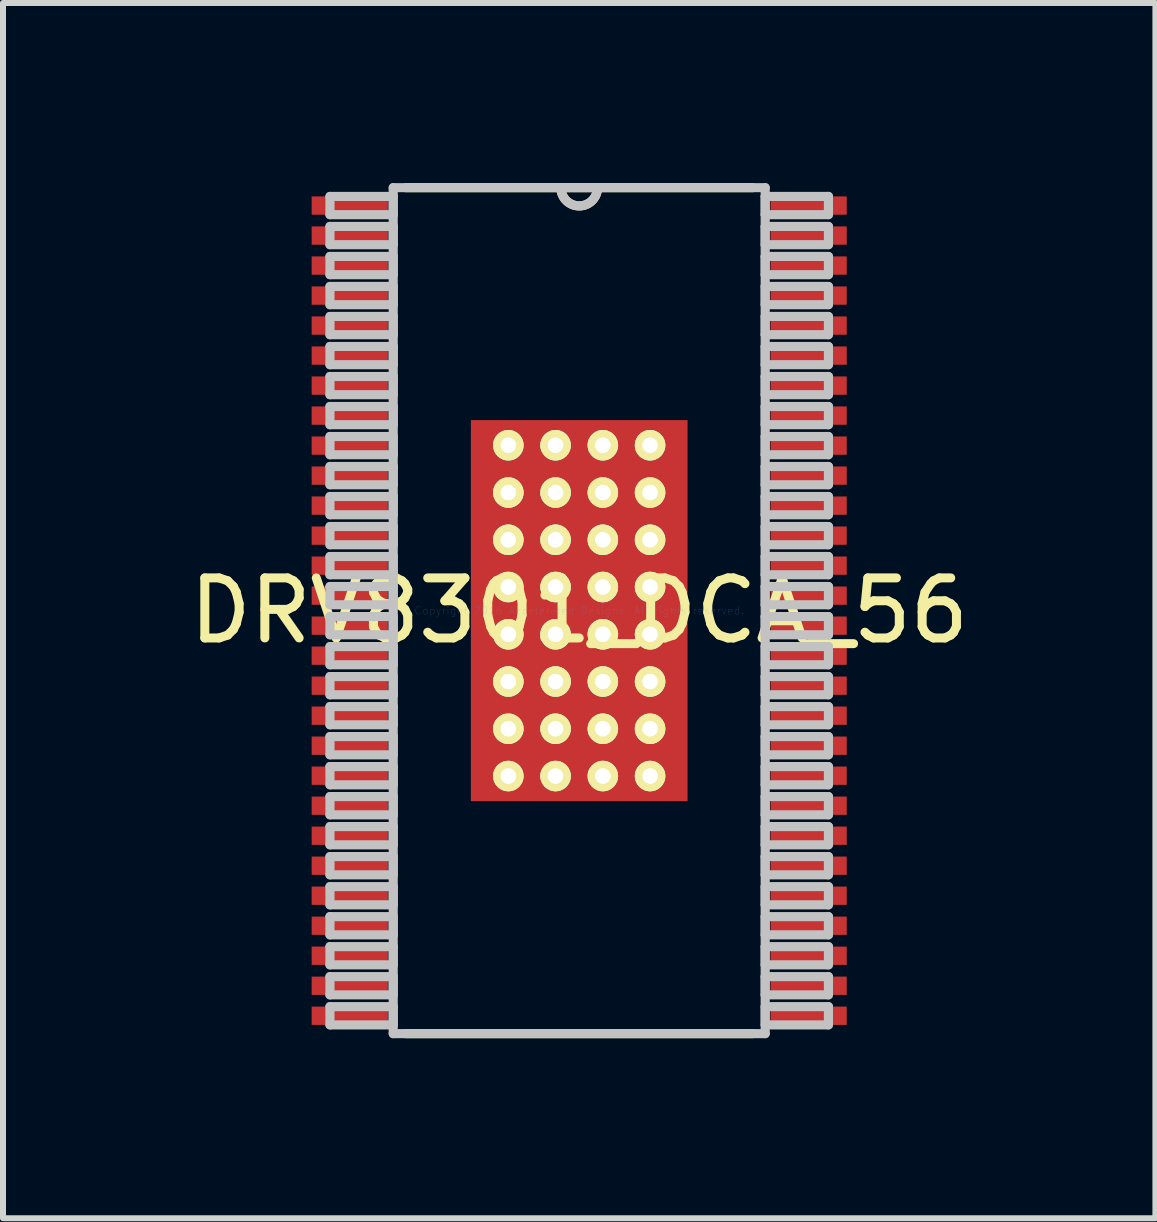
<source format=kicad_pcb>
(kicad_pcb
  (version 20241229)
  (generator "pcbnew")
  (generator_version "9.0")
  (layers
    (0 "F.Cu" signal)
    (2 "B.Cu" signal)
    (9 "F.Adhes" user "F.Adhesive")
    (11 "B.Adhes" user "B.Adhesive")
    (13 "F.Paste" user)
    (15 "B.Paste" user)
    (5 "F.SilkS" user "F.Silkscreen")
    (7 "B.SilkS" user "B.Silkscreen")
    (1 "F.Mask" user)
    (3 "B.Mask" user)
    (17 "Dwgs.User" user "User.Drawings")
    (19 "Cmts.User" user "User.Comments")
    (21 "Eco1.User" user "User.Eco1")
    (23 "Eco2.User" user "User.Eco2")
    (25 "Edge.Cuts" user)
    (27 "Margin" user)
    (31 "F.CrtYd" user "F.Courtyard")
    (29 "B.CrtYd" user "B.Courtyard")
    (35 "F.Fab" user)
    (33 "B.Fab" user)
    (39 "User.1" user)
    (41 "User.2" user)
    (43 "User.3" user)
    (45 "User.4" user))
  (footprint "DRV8301_DCA_56"
    (layer "F.Cu")
    (at 6.601 7.125)
    (property "Reference" "DRV8301_DCA_56" (at 0 0 0) (layer "F.SilkS") (effects (font (size 1 1) (thickness 0.15))))
    (attr through_hole)
    (fp_line (start -2.889 7.048) (end 2.889 7.048) (stroke (width 0.152) (type solid)) (layer "F.SilkS"))
    (fp_line (start 2.889 -7.048) (end -2.889 -7.048) (stroke (width 0.152) (type solid)) (layer "F.SilkS"))
    (fp_arc (start 0.3048 -7.0485) (mid 0 -6.7437) (end -0.3048 -7.0485) (stroke (width 0.1524) (type solid)) (layer "F.SilkS"))
    (fp_line (start -4.153 -6.902) (end -4.153 -6.598) (stroke (width 0.152) (type solid)) (layer "Dwgs.User"))
    (fp_line (start -4.153 -6.598) (end -3.099 -6.598) (stroke (width 0.152) (type solid)) (layer "Dwgs.User"))
    (fp_line (start -4.153 -6.402) (end -4.153 -6.098) (stroke (width 0.152) (type solid)) (layer "Dwgs.User"))
    (fp_line (start -4.153 -6.098) (end -3.099 -6.098) (stroke (width 0.152) (type solid)) (layer "Dwgs.User"))
    (fp_line (start -4.153 -5.902) (end -4.153 -5.598) (stroke (width 0.152) (type solid)) (layer "Dwgs.User"))
    (fp_line (start -4.153 -5.598) (end -3.099 -5.598) (stroke (width 0.152) (type solid)) (layer "Dwgs.User"))
    (fp_line (start -4.153 -5.402) (end -4.153 -5.098) (stroke (width 0.152) (type solid)) (layer "Dwgs.User"))
    (fp_line (start -4.153 -5.098) (end -3.099 -5.098) (stroke (width 0.152) (type solid)) (layer "Dwgs.User"))
    (fp_line (start -4.153 -4.902) (end -4.153 -4.598) (stroke (width 0.152) (type solid)) (layer "Dwgs.User"))
    (fp_line (start -4.153 -4.598) (end -3.099 -4.598) (stroke (width 0.152) (type solid)) (layer "Dwgs.User"))
    (fp_line (start -4.153 -4.402) (end -4.153 -4.098) (stroke (width 0.152) (type solid)) (layer "Dwgs.User"))
    (fp_line (start -4.153 -4.098) (end -3.099 -4.098) (stroke (width 0.152) (type solid)) (layer "Dwgs.User"))
    (fp_line (start -4.153 -3.902) (end -4.153 -3.598) (stroke (width 0.152) (type solid)) (layer "Dwgs.User"))
    (fp_line (start -4.153 -3.598) (end -3.099 -3.598) (stroke (width 0.152) (type solid)) (layer "Dwgs.User"))
    (fp_line (start -4.153 -3.402) (end -4.153 -3.098) (stroke (width 0.152) (type solid)) (layer "Dwgs.User"))
    (fp_line (start -4.153 -3.098) (end -3.099 -3.098) (stroke (width 0.152) (type solid)) (layer "Dwgs.User"))
    (fp_line (start -4.153 -2.902) (end -4.153 -2.598) (stroke (width 0.152) (type solid)) (layer "Dwgs.User"))
    (fp_line (start -4.153 -2.598) (end -3.099 -2.598) (stroke (width 0.152) (type solid)) (layer "Dwgs.User"))
    (fp_line (start -4.153 -2.402) (end -4.153 -2.098) (stroke (width 0.152) (type solid)) (layer "Dwgs.User"))
    (fp_line (start -4.153 -2.098) (end -3.099 -2.098) (stroke (width 0.152) (type solid)) (layer "Dwgs.User"))
    (fp_line (start -4.153 -1.902) (end -4.153 -1.598) (stroke (width 0.152) (type solid)) (layer "Dwgs.User"))
    (fp_line (start -4.153 -1.598) (end -3.099 -1.598) (stroke (width 0.152) (type solid)) (layer "Dwgs.User"))
    (fp_line (start -4.153 -1.402) (end -4.153 -1.098) (stroke (width 0.152) (type solid)) (layer "Dwgs.User"))
    (fp_line (start -4.153 -1.098) (end -3.099 -1.098) (stroke (width 0.152) (type solid)) (layer "Dwgs.User"))
    (fp_line (start -4.153 -0.902) (end -4.153 -0.598) (stroke (width 0.152) (type solid)) (layer "Dwgs.User"))
    (fp_line (start -4.153 -0.598) (end -3.099 -0.598) (stroke (width 0.152) (type solid)) (layer "Dwgs.User"))
    (fp_line (start -4.153 -0.402) (end -4.153 -0.098) (stroke (width 0.152) (type solid)) (layer "Dwgs.User"))
    (fp_line (start -4.153 -0.098) (end -3.099 -0.098) (stroke (width 0.152) (type solid)) (layer "Dwgs.User"))
    (fp_line (start -4.153 0.098) (end -4.153 0.402) (stroke (width 0.152) (type solid)) (layer "Dwgs.User"))
    (fp_line (start -4.153 0.402) (end -3.099 0.402) (stroke (width 0.152) (type solid)) (layer "Dwgs.User"))
    (fp_line (start -4.153 0.598) (end -4.153 0.902) (stroke (width 0.152) (type solid)) (layer "Dwgs.User"))
    (fp_line (start -4.153 0.902) (end -3.099 0.902) (stroke (width 0.152) (type solid)) (layer "Dwgs.User"))
    (fp_line (start -4.153 1.098) (end -4.153 1.402) (stroke (width 0.152) (type solid)) (layer "Dwgs.User"))
    (fp_line (start -4.153 1.402) (end -3.099 1.402) (stroke (width 0.152) (type solid)) (layer "Dwgs.User"))
    (fp_line (start -4.153 1.598) (end -4.153 1.902) (stroke (width 0.152) (type solid)) (layer "Dwgs.User"))
    (fp_line (start -4.153 1.902) (end -3.099 1.902) (stroke (width 0.152) (type solid)) (layer "Dwgs.User"))
    (fp_line (start -4.153 2.098) (end -4.153 2.402) (stroke (width 0.152) (type solid)) (layer "Dwgs.User"))
    (fp_line (start -4.153 2.402) (end -3.099 2.402) (stroke (width 0.152) (type solid)) (layer "Dwgs.User"))
    (fp_line (start -4.153 2.598) (end -4.153 2.902) (stroke (width 0.152) (type solid)) (layer "Dwgs.User"))
    (fp_line (start -4.153 2.902) (end -3.099 2.902) (stroke (width 0.152) (type solid)) (layer "Dwgs.User"))
    (fp_line (start -4.153 3.098) (end -4.153 3.402) (stroke (width 0.152) (type solid)) (layer "Dwgs.User"))
    (fp_line (start -4.153 3.402) (end -3.099 3.402) (stroke (width 0.152) (type solid)) (layer "Dwgs.User"))
    (fp_line (start -4.153 3.598) (end -4.153 3.902) (stroke (width 0.152) (type solid)) (layer "Dwgs.User"))
    (fp_line (start -4.153 3.902) (end -3.099 3.902) (stroke (width 0.152) (type solid)) (layer "Dwgs.User"))
    (fp_line (start -4.153 4.098) (end -4.153 4.402) (stroke (width 0.152) (type solid)) (layer "Dwgs.User"))
    (fp_line (start -4.153 4.402) (end -3.099 4.402) (stroke (width 0.152) (type solid)) (layer "Dwgs.User"))
    (fp_line (start -4.153 4.598) (end -4.153 4.902) (stroke (width 0.152) (type solid)) (layer "Dwgs.User"))
    (fp_line (start -4.153 4.902) (end -3.099 4.902) (stroke (width 0.152) (type solid)) (layer "Dwgs.User"))
    (fp_line (start -4.153 5.098) (end -4.153 5.402) (stroke (width 0.152) (type solid)) (layer "Dwgs.User"))
    (fp_line (start -4.153 5.402) (end -3.099 5.402) (stroke (width 0.152) (type solid)) (layer "Dwgs.User"))
    (fp_line (start -4.153 5.598) (end -4.153 5.902) (stroke (width 0.152) (type solid)) (layer "Dwgs.User"))
    (fp_line (start -4.153 5.902) (end -3.099 5.902) (stroke (width 0.152) (type solid)) (layer "Dwgs.User"))
    (fp_line (start -4.153 6.098) (end -4.153 6.402) (stroke (width 0.152) (type solid)) (layer "Dwgs.User"))
    (fp_line (start -4.153 6.402) (end -3.099 6.402) (stroke (width 0.152) (type solid)) (layer "Dwgs.User"))
    (fp_line (start -4.153 6.598) (end -4.153 6.902) (stroke (width 0.152) (type solid)) (layer "Dwgs.User"))
    (fp_line (start -4.153 6.902) (end -3.099 6.902) (stroke (width 0.152) (type solid)) (layer "Dwgs.User"))
    (fp_line (start -3.099 -7.048) (end -3.099 7.048) (stroke (width 0.152) (type solid)) (layer "Dwgs.User"))
    (fp_line (start -3.099 -6.902) (end -4.153 -6.902) (stroke (width 0.152) (type solid)) (layer "Dwgs.User"))
    (fp_line (start -3.099 -6.598) (end -3.099 -6.902) (stroke (width 0.152) (type solid)) (layer "Dwgs.User"))
    (fp_line (start -3.099 -6.402) (end -4.153 -6.402) (stroke (width 0.152) (type solid)) (layer "Dwgs.User"))
    (fp_line (start -3.099 -6.098) (end -3.099 -6.402) (stroke (width 0.152) (type solid)) (layer "Dwgs.User"))
    (fp_line (start -3.099 -5.902) (end -4.153 -5.902) (stroke (width 0.152) (type solid)) (layer "Dwgs.User"))
    (fp_line (start -3.099 -5.598) (end -3.099 -5.902) (stroke (width 0.152) (type solid)) (layer "Dwgs.User"))
    (fp_line (start -3.099 -5.402) (end -4.153 -5.402) (stroke (width 0.152) (type solid)) (layer "Dwgs.User"))
    (fp_line (start -3.099 -5.098) (end -3.099 -5.402) (stroke (width 0.152) (type solid)) (layer "Dwgs.User"))
    (fp_line (start -3.099 -4.902) (end -4.153 -4.902) (stroke (width 0.152) (type solid)) (layer "Dwgs.User"))
    (fp_line (start -3.099 -4.598) (end -3.099 -4.902) (stroke (width 0.152) (type solid)) (layer "Dwgs.User"))
    (fp_line (start -3.099 -4.402) (end -4.153 -4.402) (stroke (width 0.152) (type solid)) (layer "Dwgs.User"))
    (fp_line (start -3.099 -4.098) (end -3.099 -4.402) (stroke (width 0.152) (type solid)) (layer "Dwgs.User"))
    (fp_line (start -3.099 -3.902) (end -4.153 -3.902) (stroke (width 0.152) (type solid)) (layer "Dwgs.User"))
    (fp_line (start -3.099 -3.598) (end -3.099 -3.902) (stroke (width 0.152) (type solid)) (layer "Dwgs.User"))
    (fp_line (start -3.099 -3.402) (end -4.153 -3.402) (stroke (width 0.152) (type solid)) (layer "Dwgs.User"))
    (fp_line (start -3.099 -3.098) (end -3.099 -3.402) (stroke (width 0.152) (type solid)) (layer "Dwgs.User"))
    (fp_line (start -3.099 -2.902) (end -4.153 -2.902) (stroke (width 0.152) (type solid)) (layer "Dwgs.User"))
    (fp_line (start -3.099 -2.598) (end -3.099 -2.902) (stroke (width 0.152) (type solid)) (layer "Dwgs.User"))
    (fp_line (start -3.099 -2.402) (end -4.153 -2.402) (stroke (width 0.152) (type solid)) (layer "Dwgs.User"))
    (fp_line (start -3.099 -2.098) (end -3.099 -2.402) (stroke (width 0.152) (type solid)) (layer "Dwgs.User"))
    (fp_line (start -3.099 -1.902) (end -4.153 -1.902) (stroke (width 0.152) (type solid)) (layer "Dwgs.User"))
    (fp_line (start -3.099 -1.598) (end -3.099 -1.902) (stroke (width 0.152) (type solid)) (layer "Dwgs.User"))
    (fp_line (start -3.099 -1.402) (end -4.153 -1.402) (stroke (width 0.152) (type solid)) (layer "Dwgs.User"))
    (fp_line (start -3.099 -1.098) (end -3.099 -1.402) (stroke (width 0.152) (type solid)) (layer "Dwgs.User"))
    (fp_line (start -3.099 -0.902) (end -4.153 -0.902) (stroke (width 0.152) (type solid)) (layer "Dwgs.User"))
    (fp_line (start -3.099 -0.598) (end -3.099 -0.902) (stroke (width 0.152) (type solid)) (layer "Dwgs.User"))
    (fp_line (start -3.099 -0.402) (end -4.153 -0.402) (stroke (width 0.152) (type solid)) (layer "Dwgs.User"))
    (fp_line (start -3.099 -0.098) (end -3.099 -0.402) (stroke (width 0.152) (type solid)) (layer "Dwgs.User"))
    (fp_line (start -3.099 0.098) (end -4.153 0.098) (stroke (width 0.152) (type solid)) (layer "Dwgs.User"))
    (fp_line (start -3.099 0.402) (end -3.099 0.098) (stroke (width 0.152) (type solid)) (layer "Dwgs.User"))
    (fp_line (start -3.099 0.598) (end -4.153 0.598) (stroke (width 0.152) (type solid)) (layer "Dwgs.User"))
    (fp_line (start -3.099 0.902) (end -3.099 0.598) (stroke (width 0.152) (type solid)) (layer "Dwgs.User"))
    (fp_line (start -3.099 1.098) (end -4.153 1.098) (stroke (width 0.152) (type solid)) (layer "Dwgs.User"))
    (fp_line (start -3.099 1.402) (end -3.099 1.098) (stroke (width 0.152) (type solid)) (layer "Dwgs.User"))
    (fp_line (start -3.099 1.598) (end -4.153 1.598) (stroke (width 0.152) (type solid)) (layer "Dwgs.User"))
    (fp_line (start -3.099 1.902) (end -3.099 1.598) (stroke (width 0.152) (type solid)) (layer "Dwgs.User"))
    (fp_line (start -3.099 2.098) (end -4.153 2.098) (stroke (width 0.152) (type solid)) (layer "Dwgs.User"))
    (fp_line (start -3.099 2.402) (end -3.099 2.098) (stroke (width 0.152) (type solid)) (layer "Dwgs.User"))
    (fp_line (start -3.099 2.598) (end -4.153 2.598) (stroke (width 0.152) (type solid)) (layer "Dwgs.User"))
    (fp_line (start -3.099 2.902) (end -3.099 2.598) (stroke (width 0.152) (type solid)) (layer "Dwgs.User"))
    (fp_line (start -3.099 3.098) (end -4.153 3.098) (stroke (width 0.152) (type solid)) (layer "Dwgs.User"))
    (fp_line (start -3.099 3.402) (end -3.099 3.098) (stroke (width 0.152) (type solid)) (layer "Dwgs.User"))
    (fp_line (start -3.099 3.598) (end -4.153 3.598) (stroke (width 0.152) (type solid)) (layer "Dwgs.User"))
    (fp_line (start -3.099 3.902) (end -3.099 3.598) (stroke (width 0.152) (type solid)) (layer "Dwgs.User"))
    (fp_line (start -3.099 4.098) (end -4.153 4.098) (stroke (width 0.152) (type solid)) (layer "Dwgs.User"))
    (fp_line (start -3.099 4.402) (end -3.099 4.098) (stroke (width 0.152) (type solid)) (layer "Dwgs.User"))
    (fp_line (start -3.099 4.598) (end -4.153 4.598) (stroke (width 0.152) (type solid)) (layer "Dwgs.User"))
    (fp_line (start -3.099 4.902) (end -3.099 4.598) (stroke (width 0.152) (type solid)) (layer "Dwgs.User"))
    (fp_line (start -3.099 5.098) (end -4.153 5.098) (stroke (width 0.152) (type solid)) (layer "Dwgs.User"))
    (fp_line (start -3.099 5.402) (end -3.099 5.098) (stroke (width 0.152) (type solid)) (layer "Dwgs.User"))
    (fp_line (start -3.099 5.598) (end -4.153 5.598) (stroke (width 0.152) (type solid)) (layer "Dwgs.User"))
    (fp_line (start -3.099 5.902) (end -3.099 5.598) (stroke (width 0.152) (type solid)) (layer "Dwgs.User"))
    (fp_line (start -3.099 6.098) (end -4.153 6.098) (stroke (width 0.152) (type solid)) (layer "Dwgs.User"))
    (fp_line (start -3.099 6.402) (end -3.099 6.098) (stroke (width 0.152) (type solid)) (layer "Dwgs.User"))
    (fp_line (start -3.099 6.598) (end -4.153 6.598) (stroke (width 0.152) (type solid)) (layer "Dwgs.User"))
    (fp_line (start -3.099 6.902) (end -3.099 6.598) (stroke (width 0.152) (type solid)) (layer "Dwgs.User"))
    (fp_line (start -3.099 7.048) (end 3.099 7.048) (stroke (width 0.152) (type solid)) (layer "Dwgs.User"))
    (fp_line (start 3.099 -7.048) (end -3.099 -7.048) (stroke (width 0.152) (type solid)) (layer "Dwgs.User"))
    (fp_line (start 3.099 -6.902) (end 3.099 -6.598) (stroke (width 0.152) (type solid)) (layer "Dwgs.User"))
    (fp_line (start 3.099 -6.598) (end 4.153 -6.598) (stroke (width 0.152) (type solid)) (layer "Dwgs.User"))
    (fp_line (start 3.099 -6.402) (end 3.099 -6.098) (stroke (width 0.152) (type solid)) (layer "Dwgs.User"))
    (fp_line (start 3.099 -6.098) (end 4.153 -6.098) (stroke (width 0.152) (type solid)) (layer "Dwgs.User"))
    (fp_line (start 3.099 -5.902) (end 3.099 -5.598) (stroke (width 0.152) (type solid)) (layer "Dwgs.User"))
    (fp_line (start 3.099 -5.598) (end 4.153 -5.598) (stroke (width 0.152) (type solid)) (layer "Dwgs.User"))
    (fp_line (start 3.099 -5.402) (end 3.099 -5.098) (stroke (width 0.152) (type solid)) (layer "Dwgs.User"))
    (fp_line (start 3.099 -5.098) (end 4.153 -5.098) (stroke (width 0.152) (type solid)) (layer "Dwgs.User"))
    (fp_line (start 3.099 -4.902) (end 3.099 -4.598) (stroke (width 0.152) (type solid)) (layer "Dwgs.User"))
    (fp_line (start 3.099 -4.598) (end 4.153 -4.598) (stroke (width 0.152) (type solid)) (layer "Dwgs.User"))
    (fp_line (start 3.099 -4.402) (end 3.099 -4.098) (stroke (width 0.152) (type solid)) (layer "Dwgs.User"))
    (fp_line (start 3.099 -4.098) (end 4.153 -4.098) (stroke (width 0.152) (type solid)) (layer "Dwgs.User"))
    (fp_line (start 3.099 -3.902) (end 3.099 -3.598) (stroke (width 0.152) (type solid)) (layer "Dwgs.User"))
    (fp_line (start 3.099 -3.598) (end 4.153 -3.598) (stroke (width 0.152) (type solid)) (layer "Dwgs.User"))
    (fp_line (start 3.099 -3.402) (end 3.099 -3.098) (stroke (width 0.152) (type solid)) (layer "Dwgs.User"))
    (fp_line (start 3.099 -3.098) (end 4.153 -3.098) (stroke (width 0.152) (type solid)) (layer "Dwgs.User"))
    (fp_line (start 3.099 -2.902) (end 3.099 -2.598) (stroke (width 0.152) (type solid)) (layer "Dwgs.User"))
    (fp_line (start 3.099 -2.598) (end 4.153 -2.598) (stroke (width 0.152) (type solid)) (layer "Dwgs.User"))
    (fp_line (start 3.099 -2.402) (end 3.099 -2.098) (stroke (width 0.152) (type solid)) (layer "Dwgs.User"))
    (fp_line (start 3.099 -2.098) (end 4.153 -2.098) (stroke (width 0.152) (type solid)) (layer "Dwgs.User"))
    (fp_line (start 3.099 -1.902) (end 3.099 -1.598) (stroke (width 0.152) (type solid)) (layer "Dwgs.User"))
    (fp_line (start 3.099 -1.598) (end 4.153 -1.598) (stroke (width 0.152) (type solid)) (layer "Dwgs.User"))
    (fp_line (start 3.099 -1.402) (end 3.099 -1.098) (stroke (width 0.152) (type solid)) (layer "Dwgs.User"))
    (fp_line (start 3.099 -1.098) (end 4.153 -1.098) (stroke (width 0.152) (type solid)) (layer "Dwgs.User"))
    (fp_line (start 3.099 -0.902) (end 3.099 -0.598) (stroke (width 0.152) (type solid)) (layer "Dwgs.User"))
    (fp_line (start 3.099 -0.598) (end 4.153 -0.598) (stroke (width 0.152) (type solid)) (layer "Dwgs.User"))
    (fp_line (start 3.099 -0.402) (end 3.099 -0.098) (stroke (width 0.152) (type solid)) (layer "Dwgs.User"))
    (fp_line (start 3.099 -0.098) (end 4.153 -0.098) (stroke (width 0.152) (type solid)) (layer "Dwgs.User"))
    (fp_line (start 3.099 0.098) (end 3.099 0.402) (stroke (width 0.152) (type solid)) (layer "Dwgs.User"))
    (fp_line (start 3.099 0.402) (end 4.153 0.402) (stroke (width 0.152) (type solid)) (layer "Dwgs.User"))
    (fp_line (start 3.099 0.598) (end 3.099 0.902) (stroke (width 0.152) (type solid)) (layer "Dwgs.User"))
    (fp_line (start 3.099 0.902) (end 4.153 0.902) (stroke (width 0.152) (type solid)) (layer "Dwgs.User"))
    (fp_line (start 3.099 1.098) (end 3.099 1.402) (stroke (width 0.152) (type solid)) (layer "Dwgs.User"))
    (fp_line (start 3.099 1.402) (end 4.153 1.402) (stroke (width 0.152) (type solid)) (layer "Dwgs.User"))
    (fp_line (start 3.099 1.598) (end 3.099 1.902) (stroke (width 0.152) (type solid)) (layer "Dwgs.User"))
    (fp_line (start 3.099 1.902) (end 4.153 1.902) (stroke (width 0.152) (type solid)) (layer "Dwgs.User"))
    (fp_line (start 3.099 2.098) (end 3.099 2.402) (stroke (width 0.152) (type solid)) (layer "Dwgs.User"))
    (fp_line (start 3.099 2.402) (end 4.153 2.402) (stroke (width 0.152) (type solid)) (layer "Dwgs.User"))
    (fp_line (start 3.099 2.598) (end 3.099 2.902) (stroke (width 0.152) (type solid)) (layer "Dwgs.User"))
    (fp_line (start 3.099 2.902) (end 4.153 2.902) (stroke (width 0.152) (type solid)) (layer "Dwgs.User"))
    (fp_line (start 3.099 3.098) (end 3.099 3.402) (stroke (width 0.152) (type solid)) (layer "Dwgs.User"))
    (fp_line (start 3.099 3.402) (end 4.153 3.402) (stroke (width 0.152) (type solid)) (layer "Dwgs.User"))
    (fp_line (start 3.099 3.598) (end 3.099 3.902) (stroke (width 0.152) (type solid)) (layer "Dwgs.User"))
    (fp_line (start 3.099 3.902) (end 4.153 3.902) (stroke (width 0.152) (type solid)) (layer "Dwgs.User"))
    (fp_line (start 3.099 4.098) (end 3.099 4.402) (stroke (width 0.152) (type solid)) (layer "Dwgs.User"))
    (fp_line (start 3.099 4.402) (end 4.153 4.402) (stroke (width 0.152) (type solid)) (layer "Dwgs.User"))
    (fp_line (start 3.099 4.598) (end 3.099 4.902) (stroke (width 0.152) (type solid)) (layer "Dwgs.User"))
    (fp_line (start 3.099 4.902) (end 4.153 4.902) (stroke (width 0.152) (type solid)) (layer "Dwgs.User"))
    (fp_line (start 3.099 5.098) (end 3.099 5.402) (stroke (width 0.152) (type solid)) (layer "Dwgs.User"))
    (fp_line (start 3.099 5.402) (end 4.153 5.402) (stroke (width 0.152) (type solid)) (layer "Dwgs.User"))
    (fp_line (start 3.099 5.598) (end 3.099 5.902) (stroke (width 0.152) (type solid)) (layer "Dwgs.User"))
    (fp_line (start 3.099 5.902) (end 4.153 5.902) (stroke (width 0.152) (type solid)) (layer "Dwgs.User"))
    (fp_line (start 3.099 6.098) (end 3.099 6.402) (stroke (width 0.152) (type solid)) (layer "Dwgs.User"))
    (fp_line (start 3.099 6.402) (end 4.153 6.402) (stroke (width 0.152) (type solid)) (layer "Dwgs.User"))
    (fp_line (start 3.099 6.598) (end 3.099 6.902) (stroke (width 0.152) (type solid)) (layer "Dwgs.User"))
    (fp_line (start 3.099 6.902) (end 4.153 6.902) (stroke (width 0.152) (type solid)) (layer "Dwgs.User"))
    (fp_line (start 3.099 7.048) (end 3.099 -7.048) (stroke (width 0.152) (type solid)) (layer "Dwgs.User"))
    (fp_line (start 4.153 -6.902) (end 3.099 -6.902) (stroke (width 0.152) (type solid)) (layer "Dwgs.User"))
    (fp_line (start 4.153 -6.598) (end 4.153 -6.902) (stroke (width 0.152) (type solid)) (layer "Dwgs.User"))
    (fp_line (start 4.153 -6.402) (end 3.099 -6.402) (stroke (width 0.152) (type solid)) (layer "Dwgs.User"))
    (fp_line (start 4.153 -6.098) (end 4.153 -6.402) (stroke (width 0.152) (type solid)) (layer "Dwgs.User"))
    (fp_line (start 4.153 -5.902) (end 3.099 -5.902) (stroke (width 0.152) (type solid)) (layer "Dwgs.User"))
    (fp_line (start 4.153 -5.598) (end 4.153 -5.902) (stroke (width 0.152) (type solid)) (layer "Dwgs.User"))
    (fp_line (start 4.153 -5.402) (end 3.099 -5.402) (stroke (width 0.152) (type solid)) (layer "Dwgs.User"))
    (fp_line (start 4.153 -5.098) (end 4.153 -5.402) (stroke (width 0.152) (type solid)) (layer "Dwgs.User"))
    (fp_line (start 4.153 -4.902) (end 3.099 -4.902) (stroke (width 0.152) (type solid)) (layer "Dwgs.User"))
    (fp_line (start 4.153 -4.598) (end 4.153 -4.902) (stroke (width 0.152) (type solid)) (layer "Dwgs.User"))
    (fp_line (start 4.153 -4.402) (end 3.099 -4.402) (stroke (width 0.152) (type solid)) (layer "Dwgs.User"))
    (fp_line (start 4.153 -4.098) (end 4.153 -4.402) (stroke (width 0.152) (type solid)) (layer "Dwgs.User"))
    (fp_line (start 4.153 -3.902) (end 3.099 -3.902) (stroke (width 0.152) (type solid)) (layer "Dwgs.User"))
    (fp_line (start 4.153 -3.598) (end 4.153 -3.902) (stroke (width 0.152) (type solid)) (layer "Dwgs.User"))
    (fp_line (start 4.153 -3.402) (end 3.099 -3.402) (stroke (width 0.152) (type solid)) (layer "Dwgs.User"))
    (fp_line (start 4.153 -3.098) (end 4.153 -3.402) (stroke (width 0.152) (type solid)) (layer "Dwgs.User"))
    (fp_line (start 4.153 -2.902) (end 3.099 -2.902) (stroke (width 0.152) (type solid)) (layer "Dwgs.User"))
    (fp_line (start 4.153 -2.598) (end 4.153 -2.902) (stroke (width 0.152) (type solid)) (layer "Dwgs.User"))
    (fp_line (start 4.153 -2.402) (end 3.099 -2.402) (stroke (width 0.152) (type solid)) (layer "Dwgs.User"))
    (fp_line (start 4.153 -2.098) (end 4.153 -2.402) (stroke (width 0.152) (type solid)) (layer "Dwgs.User"))
    (fp_line (start 4.153 -1.902) (end 3.099 -1.902) (stroke (width 0.152) (type solid)) (layer "Dwgs.User"))
    (fp_line (start 4.153 -1.598) (end 4.153 -1.902) (stroke (width 0.152) (type solid)) (layer "Dwgs.User"))
    (fp_line (start 4.153 -1.402) (end 3.099 -1.402) (stroke (width 0.152) (type solid)) (layer "Dwgs.User"))
    (fp_line (start 4.153 -1.098) (end 4.153 -1.402) (stroke (width 0.152) (type solid)) (layer "Dwgs.User"))
    (fp_line (start 4.153 -0.902) (end 3.099 -0.902) (stroke (width 0.152) (type solid)) (layer "Dwgs.User"))
    (fp_line (start 4.153 -0.598) (end 4.153 -0.902) (stroke (width 0.152) (type solid)) (layer "Dwgs.User"))
    (fp_line (start 4.153 -0.402) (end 3.099 -0.402) (stroke (width 0.152) (type solid)) (layer "Dwgs.User"))
    (fp_line (start 4.153 -0.098) (end 4.153 -0.402) (stroke (width 0.152) (type solid)) (layer "Dwgs.User"))
    (fp_line (start 4.153 0.098) (end 3.099 0.098) (stroke (width 0.152) (type solid)) (layer "Dwgs.User"))
    (fp_line (start 4.153 0.402) (end 4.153 0.098) (stroke (width 0.152) (type solid)) (layer "Dwgs.User"))
    (fp_line (start 4.153 0.598) (end 3.099 0.598) (stroke (width 0.152) (type solid)) (layer "Dwgs.User"))
    (fp_line (start 4.153 0.902) (end 4.153 0.598) (stroke (width 0.152) (type solid)) (layer "Dwgs.User"))
    (fp_line (start 4.153 1.098) (end 3.099 1.098) (stroke (width 0.152) (type solid)) (layer "Dwgs.User"))
    (fp_line (start 4.153 1.402) (end 4.153 1.098) (stroke (width 0.152) (type solid)) (layer "Dwgs.User"))
    (fp_line (start 4.153 1.598) (end 3.099 1.598) (stroke (width 0.152) (type solid)) (layer "Dwgs.User"))
    (fp_line (start 4.153 1.902) (end 4.153 1.598) (stroke (width 0.152) (type solid)) (layer "Dwgs.User"))
    (fp_line (start 4.153 2.098) (end 3.099 2.098) (stroke (width 0.152) (type solid)) (layer "Dwgs.User"))
    (fp_line (start 4.153 2.402) (end 4.153 2.098) (stroke (width 0.152) (type solid)) (layer "Dwgs.User"))
    (fp_line (start 4.153 2.598) (end 3.099 2.598) (stroke (width 0.152) (type solid)) (layer "Dwgs.User"))
    (fp_line (start 4.153 2.902) (end 4.153 2.598) (stroke (width 0.152) (type solid)) (layer "Dwgs.User"))
    (fp_line (start 4.153 3.098) (end 3.099 3.098) (stroke (width 0.152) (type solid)) (layer "Dwgs.User"))
    (fp_line (start 4.153 3.402) (end 4.153 3.098) (stroke (width 0.152) (type solid)) (layer "Dwgs.User"))
    (fp_line (start 4.153 3.598) (end 3.099 3.598) (stroke (width 0.152) (type solid)) (layer "Dwgs.User"))
    (fp_line (start 4.153 3.902) (end 4.153 3.598) (stroke (width 0.152) (type solid)) (layer "Dwgs.User"))
    (fp_line (start 4.153 4.098) (end 3.099 4.098) (stroke (width 0.152) (type solid)) (layer "Dwgs.User"))
    (fp_line (start 4.153 4.402) (end 4.153 4.098) (stroke (width 0.152) (type solid)) (layer "Dwgs.User"))
    (fp_line (start 4.153 4.598) (end 3.099 4.598) (stroke (width 0.152) (type solid)) (layer "Dwgs.User"))
    (fp_line (start 4.153 4.902) (end 4.153 4.598) (stroke (width 0.152) (type solid)) (layer "Dwgs.User"))
    (fp_line (start 4.153 5.098) (end 3.099 5.098) (stroke (width 0.152) (type solid)) (layer "Dwgs.User"))
    (fp_line (start 4.153 5.402) (end 4.153 5.098) (stroke (width 0.152) (type solid)) (layer "Dwgs.User"))
    (fp_line (start 4.153 5.598) (end 3.099 5.598) (stroke (width 0.152) (type solid)) (layer "Dwgs.User"))
    (fp_line (start 4.153 5.902) (end 4.153 5.598) (stroke (width 0.152) (type solid)) (layer "Dwgs.User"))
    (fp_line (start 4.153 6.098) (end 3.099 6.098) (stroke (width 0.152) (type solid)) (layer "Dwgs.User"))
    (fp_line (start 4.153 6.402) (end 4.153 6.098) (stroke (width 0.152) (type solid)) (layer "Dwgs.User"))
    (fp_line (start 4.153 6.598) (end 3.099 6.598) (stroke (width 0.152) (type solid)) (layer "Dwgs.User"))
    (fp_line (start 4.153 6.902) (end 4.153 6.598) (stroke (width 0.152) (type solid)) (layer "Dwgs.User"))
    (fp_arc (start 0.3048 -7.0485) (mid 0 -6.7437) (end -0.3048 -7.0485) (stroke (width 0.1524) (type solid)) (layer "Dwgs.User"))
    (fp_text user "Copyright 2016 Accelerated Designs. All rights reserved." (at 0 0 0) (layer "Cmts.User") (effects (font (size 0.127 0.127) (thickness 0.002))))
    (pad "" smd rect (at 0 0) (size 0.025 0.025) (layers "F.Mask"))
    (pad "1" smd rect (at -3.823 -6.75) (size 1.27 0.305) (layers "F.Cu"))
    (pad "2" smd rect (at -3.823 -6.25) (size 1.27 0.305) (layers "F.Cu"))
    (pad "3" smd rect (at -3.823 -5.75) (size 1.27 0.305) (layers "F.Cu"))
    (pad "4" smd rect (at -3.823 -5.25) (size 1.27 0.305) (layers "F.Cu"))
    (pad "5" smd rect (at -3.823 -4.75) (size 1.27 0.305) (layers "F.Cu"))
    (pad "6" smd rect (at -3.823 -4.25) (size 1.27 0.305) (layers "F.Cu"))
    (pad "7" smd rect (at -3.823 -3.75) (size 1.27 0.305) (layers "F.Cu"))
    (pad "8" smd rect (at -3.823 -3.25) (size 1.27 0.305) (layers "F.Cu"))
    (pad "9" smd rect (at -3.823 -2.75) (size 1.27 0.305) (layers "F.Cu"))
    (pad "10" smd rect (at -3.823 -2.25) (size 1.27 0.305) (layers "F.Cu"))
    (pad "11" smd rect (at -3.823 -1.75) (size 1.27 0.305) (layers "F.Cu"))
    (pad "12" smd rect (at -3.823 -1.25) (size 1.27 0.305) (layers "F.Cu"))
    (pad "13" smd rect (at -3.823 -0.75) (size 1.27 0.305) (layers "F.Cu"))
    (pad "14" smd rect (at -3.823 -0.25) (size 1.27 0.305) (layers "F.Cu"))
    (pad "15" smd rect (at -3.823 0.25) (size 1.27 0.305) (layers "F.Cu"))
    (pad "16" smd rect (at -3.823 0.75) (size 1.27 0.305) (layers "F.Cu"))
    (pad "17" smd rect (at -3.823 1.25) (size 1.27 0.305) (layers "F.Cu"))
    (pad "18" smd rect (at -3.823 1.75) (size 1.27 0.305) (layers "F.Cu"))
    (pad "19" smd rect (at -3.823 2.25) (size 1.27 0.305) (layers "F.Cu"))
    (pad "20" smd rect (at -3.823 2.75) (size 1.27 0.305) (layers "F.Cu"))
    (pad "21" smd rect (at -3.823 3.25) (size 1.27 0.305) (layers "F.Cu"))
    (pad "22" smd rect (at -3.823 3.75) (size 1.27 0.305) (layers "F.Cu"))
    (pad "23" smd rect (at -3.823 4.25) (size 1.27 0.305) (layers "F.Cu"))
    (pad "24" smd rect (at -3.823 4.75) (size 1.27 0.305) (layers "F.Cu"))
    (pad "25" smd rect (at -3.823 5.25) (size 1.27 0.305) (layers "F.Cu"))
    (pad "26" smd rect (at -3.823 5.75) (size 1.27 0.305) (layers "F.Cu"))
    (pad "27" smd rect (at -3.823 6.25) (size 1.27 0.305) (layers "F.Cu"))
    (pad "28" smd rect (at -3.823 6.75) (size 1.27 0.305) (layers "F.Cu"))
    (pad "29" smd rect (at 3.823 6.75) (size 1.27 0.305) (layers "F.Cu"))
    (pad "30" smd rect (at 3.823 6.25) (size 1.27 0.305) (layers "F.Cu"))
    (pad "31" smd rect (at 3.823 5.75) (size 1.27 0.305) (layers "F.Cu"))
    (pad "32" smd rect (at 3.823 5.25) (size 1.27 0.305) (layers "F.Cu"))
    (pad "33" smd rect (at 3.823 4.75) (size 1.27 0.305) (layers "F.Cu"))
    (pad "34" smd rect (at 3.823 4.25) (size 1.27 0.305) (layers "F.Cu"))
    (pad "35" smd rect (at 3.823 3.75) (size 1.27 0.305) (layers "F.Cu"))
    (pad "36" smd rect (at 3.823 3.25) (size 1.27 0.305) (layers "F.Cu"))
    (pad "37" smd rect (at 3.823 2.75) (size 1.27 0.305) (layers "F.Cu"))
    (pad "38" smd rect (at 3.823 2.25) (size 1.27 0.305) (layers "F.Cu"))
    (pad "39" smd rect (at 3.823 1.75) (size 1.27 0.305) (layers "F.Cu"))
    (pad "40" smd rect (at 3.823 1.25) (size 1.27 0.305) (layers "F.Cu"))
    (pad "41" smd rect (at 3.823 0.75) (size 1.27 0.305) (layers "F.Cu"))
    (pad "42" smd rect (at 3.823 0.25) (size 1.27 0.305) (layers "F.Cu"))
    (pad "43" smd rect (at 3.823 -0.25) (size 1.27 0.305) (layers "F.Cu"))
    (pad "44" smd rect (at 3.823 -0.75) (size 1.27 0.305) (layers "F.Cu"))
    (pad "45" smd rect (at 3.823 -1.25) (size 1.27 0.305) (layers "F.Cu"))
    (pad "46" smd rect (at 3.823 -1.75) (size 1.27 0.305) (layers "F.Cu"))
    (pad "47" smd rect (at 3.823 -2.25) (size 1.27 0.305) (layers "F.Cu"))
    (pad "48" smd rect (at 3.823 -2.75) (size 1.27 0.305) (layers "F.Cu"))
    (pad "49" smd rect (at 3.823 -3.25) (size 1.27 0.305) (layers "F.Cu"))
    (pad "50" smd rect (at 3.823 -3.75) (size 1.27 0.305) (layers "F.Cu"))
    (pad "51" smd rect (at 3.823 -4.25) (size 1.27 0.305) (layers "F.Cu"))
    (pad "52" smd rect (at 3.823 -4.75) (size 1.27 0.305) (layers "F.Cu"))
    (pad "53" smd rect (at 3.823 -5.25) (size 1.27 0.305) (layers "F.Cu"))
    (pad "54" smd rect (at 3.823 -5.75) (size 1.27 0.305) (layers "F.Cu"))
    (pad "55" smd rect (at 3.823 -6.25) (size 1.27 0.305) (layers "F.Cu"))
    (pad "56" smd rect (at 3.823 -6.75) (size 1.27 0.305) (layers "F.Cu"))
    (pad "57" smd rect (at 0 0) (size 3.61 6.35) (layers "F.Cu"))
    (pad "V" thru_hole circle (at -1.181 -2.756) (size 0.508 0.508) (drill 0.254) (layers "*.Cu" "F.SilkS"))
    (pad "V" thru_hole circle (at -1.181 -2.756) (size 0.508 0.508) (drill 0.254) (layers "*.Cu" "F.SilkS"))
    (pad "V" thru_hole circle (at -1.181 -1.968) (size 0.508 0.508) (drill 0.254) (layers "*.Cu" "F.SilkS"))
    (pad "V" thru_hole circle (at -1.181 -1.968) (size 0.508 0.508) (drill 0.254) (layers "*.Cu" "F.SilkS"))
    (pad "V" thru_hole circle (at -1.181 -1.181) (size 0.508 0.508) (drill 0.254) (layers "*.Cu" "F.SilkS"))
    (pad "V" thru_hole circle (at -1.181 -1.181) (size 0.508 0.508) (drill 0.254) (layers "*.Cu" "F.SilkS"))
    (pad "V" thru_hole circle (at -1.181 -0.394) (size 0.508 0.508) (drill 0.254) (layers "*.Cu" "F.SilkS"))
    (pad "V" thru_hole circle (at -1.181 -0.394) (size 0.508 0.508) (drill 0.254) (layers "*.Cu" "F.SilkS"))
    (pad "V" thru_hole circle (at -1.181 0.394) (size 0.508 0.508) (drill 0.254) (layers "*.Cu" "F.SilkS"))
    (pad "V" thru_hole circle (at -1.181 0.394) (size 0.508 0.508) (drill 0.254) (layers "*.Cu" "F.SilkS"))
    (pad "V" thru_hole circle (at -1.181 1.181) (size 0.508 0.508) (drill 0.254) (layers "*.Cu" "F.SilkS"))
    (pad "V" thru_hole circle (at -1.181 1.181) (size 0.508 0.508) (drill 0.254) (layers "*.Cu" "F.SilkS"))
    (pad "V" thru_hole circle (at -1.181 1.968) (size 0.508 0.508) (drill 0.254) (layers "*.Cu" "F.SilkS"))
    (pad "V" thru_hole circle (at -1.181 1.968) (size 0.508 0.508) (drill 0.254) (layers "*.Cu" "F.SilkS"))
    (pad "V" thru_hole circle (at -1.181 2.756) (size 0.508 0.508) (drill 0.254) (layers "*.Cu" "F.SilkS"))
    (pad "V" thru_hole circle (at -1.181 2.756) (size 0.508 0.508) (drill 0.254) (layers "*.Cu" "F.SilkS"))
    (pad "V" thru_hole circle (at -0.394 -2.756) (size 0.508 0.508) (drill 0.254) (layers "*.Cu" "F.SilkS"))
    (pad "V" thru_hole circle (at -0.394 -2.756) (size 0.508 0.508) (drill 0.254) (layers "*.Cu" "F.SilkS"))
    (pad "V" thru_hole circle (at -0.394 -1.968) (size 0.508 0.508) (drill 0.254) (layers "*.Cu" "F.SilkS"))
    (pad "V" thru_hole circle (at -0.394 -1.968) (size 0.508 0.508) (drill 0.254) (layers "*.Cu" "F.SilkS"))
    (pad "V" thru_hole circle (at -0.394 -1.181) (size 0.508 0.508) (drill 0.254) (layers "*.Cu" "F.SilkS"))
    (pad "V" thru_hole circle (at -0.394 -1.181) (size 0.508 0.508) (drill 0.254) (layers "*.Cu" "F.SilkS"))
    (pad "V" thru_hole circle (at -0.394 -0.394) (size 0.508 0.508) (drill 0.254) (layers "*.Cu" "F.SilkS"))
    (pad "V" thru_hole circle (at -0.394 -0.394) (size 0.508 0.508) (drill 0.254) (layers "*.Cu" "F.SilkS"))
    (pad "V" thru_hole circle (at -0.394 0.394) (size 0.508 0.508) (drill 0.254) (layers "*.Cu" "F.SilkS"))
    (pad "V" thru_hole circle (at -0.394 0.394) (size 0.508 0.508) (drill 0.254) (layers "*.Cu" "F.SilkS"))
    (pad "V" thru_hole circle (at -0.394 1.181) (size 0.508 0.508) (drill 0.254) (layers "*.Cu" "F.SilkS"))
    (pad "V" thru_hole circle (at -0.394 1.181) (size 0.508 0.508) (drill 0.254) (layers "*.Cu" "F.SilkS"))
    (pad "V" thru_hole circle (at -0.394 1.968) (size 0.508 0.508) (drill 0.254) (layers "*.Cu" "F.SilkS"))
    (pad "V" thru_hole circle (at -0.394 1.968) (size 0.508 0.508) (drill 0.254) (layers "*.Cu" "F.SilkS"))
    (pad "V" thru_hole circle (at -0.394 2.756) (size 0.508 0.508) (drill 0.254) (layers "*.Cu" "F.SilkS"))
    (pad "V" thru_hole circle (at -0.394 2.756) (size 0.508 0.508) (drill 0.254) (layers "*.Cu" "F.SilkS"))
    (pad "V" thru_hole circle (at 0.394 -2.756) (size 0.508 0.508) (drill 0.254) (layers "*.Cu" "F.SilkS"))
    (pad "V" thru_hole circle (at 0.394 -2.756) (size 0.508 0.508) (drill 0.254) (layers "*.Cu" "F.SilkS"))
    (pad "V" thru_hole circle (at 0.394 -1.968) (size 0.508 0.508) (drill 0.254) (layers "*.Cu" "F.SilkS"))
    (pad "V" thru_hole circle (at 0.394 -1.968) (size 0.508 0.508) (drill 0.254) (layers "*.Cu" "F.SilkS"))
    (pad "V" thru_hole circle (at 0.394 -1.181) (size 0.508 0.508) (drill 0.254) (layers "*.Cu" "F.SilkS"))
    (pad "V" thru_hole circle (at 0.394 -1.181) (size 0.508 0.508) (drill 0.254) (layers "*.Cu" "F.SilkS"))
    (pad "V" thru_hole circle (at 0.394 -0.394) (size 0.508 0.508) (drill 0.254) (layers "*.Cu" "F.SilkS"))
    (pad "V" thru_hole circle (at 0.394 -0.394) (size 0.508 0.508) (drill 0.254) (layers "*.Cu" "F.SilkS"))
    (pad "V" thru_hole circle (at 0.394 0.394) (size 0.508 0.508) (drill 0.254) (layers "*.Cu" "F.SilkS"))
    (pad "V" thru_hole circle (at 0.394 0.394) (size 0.508 0.508) (drill 0.254) (layers "*.Cu" "F.SilkS"))
    (pad "V" thru_hole circle (at 0.394 1.181) (size 0.508 0.508) (drill 0.254) (layers "*.Cu" "F.SilkS"))
    (pad "V" thru_hole circle (at 0.394 1.181) (size 0.508 0.508) (drill 0.254) (layers "*.Cu" "F.SilkS"))
    (pad "V" thru_hole circle (at 0.394 1.968) (size 0.508 0.508) (drill 0.254) (layers "*.Cu" "F.SilkS"))
    (pad "V" thru_hole circle (at 0.394 1.968) (size 0.508 0.508) (drill 0.254) (layers "*.Cu" "F.SilkS"))
    (pad "V" thru_hole circle (at 0.394 2.756) (size 0.508 0.508) (drill 0.254) (layers "*.Cu" "F.SilkS"))
    (pad "V" thru_hole circle (at 0.394 2.756) (size 0.508 0.508) (drill 0.254) (layers "*.Cu" "F.SilkS"))
    (pad "V" thru_hole circle (at 1.181 -2.756) (size 0.508 0.508) (drill 0.254) (layers "*.Cu" "F.SilkS"))
    (pad "V" thru_hole circle (at 1.181 -2.756) (size 0.508 0.508) (drill 0.254) (layers "*.Cu" "F.SilkS"))
    (pad "V" thru_hole circle (at 1.181 -1.968) (size 0.508 0.508) (drill 0.254) (layers "*.Cu" "F.SilkS"))
    (pad "V" thru_hole circle (at 1.181 -1.968) (size 0.508 0.508) (drill 0.254) (layers "*.Cu" "F.SilkS"))
    (pad "V" thru_hole circle (at 1.181 -1.181) (size 0.508 0.508) (drill 0.254) (layers "*.Cu" "F.SilkS"))
    (pad "V" thru_hole circle (at 1.181 -1.181) (size 0.508 0.508) (drill 0.254) (layers "*.Cu" "F.SilkS"))
    (pad "V" thru_hole circle (at 1.181 -0.394) (size 0.508 0.508) (drill 0.254) (layers "*.Cu" "F.SilkS"))
    (pad "V" thru_hole circle (at 1.181 -0.394) (size 0.508 0.508) (drill 0.254) (layers "*.Cu" "F.SilkS"))
    (pad "V" thru_hole circle (at 1.181 0.394) (size 0.508 0.508) (drill 0.254) (layers "*.Cu" "F.SilkS"))
    (pad "V" thru_hole circle (at 1.181 0.394) (size 0.508 0.508) (drill 0.254) (layers "*.Cu" "F.SilkS"))
    (pad "V" thru_hole circle (at 1.181 1.181) (size 0.508 0.508) (drill 0.254) (layers "*.Cu" "F.SilkS"))
    (pad "V" thru_hole circle (at 1.181 1.181) (size 0.508 0.508) (drill 0.254) (layers "*.Cu" "F.SilkS"))
    (pad "V" thru_hole circle (at 1.181 1.968) (size 0.508 0.508) (drill 0.254) (layers "*.Cu" "F.SilkS"))
    (pad "V" thru_hole circle (at 1.181 1.968) (size 0.508 0.508) (drill 0.254) (layers "*.Cu" "F.SilkS"))
    (pad "V" thru_hole circle (at 1.181 2.756) (size 0.508 0.508) (drill 0.254) (layers "*.Cu" "F.SilkS"))
    (pad "V" thru_hole circle (at 1.181 2.756) (size 0.508 0.508) (drill 0.254) (layers "*.Cu" "F.SilkS")))
  (gr_rect
    (start -3 -3)
    (end 16.202 17.249)
    (stroke (width 0.1) (type default))
    (fill no)
    (layer "Edge.Cuts")))
</source>
